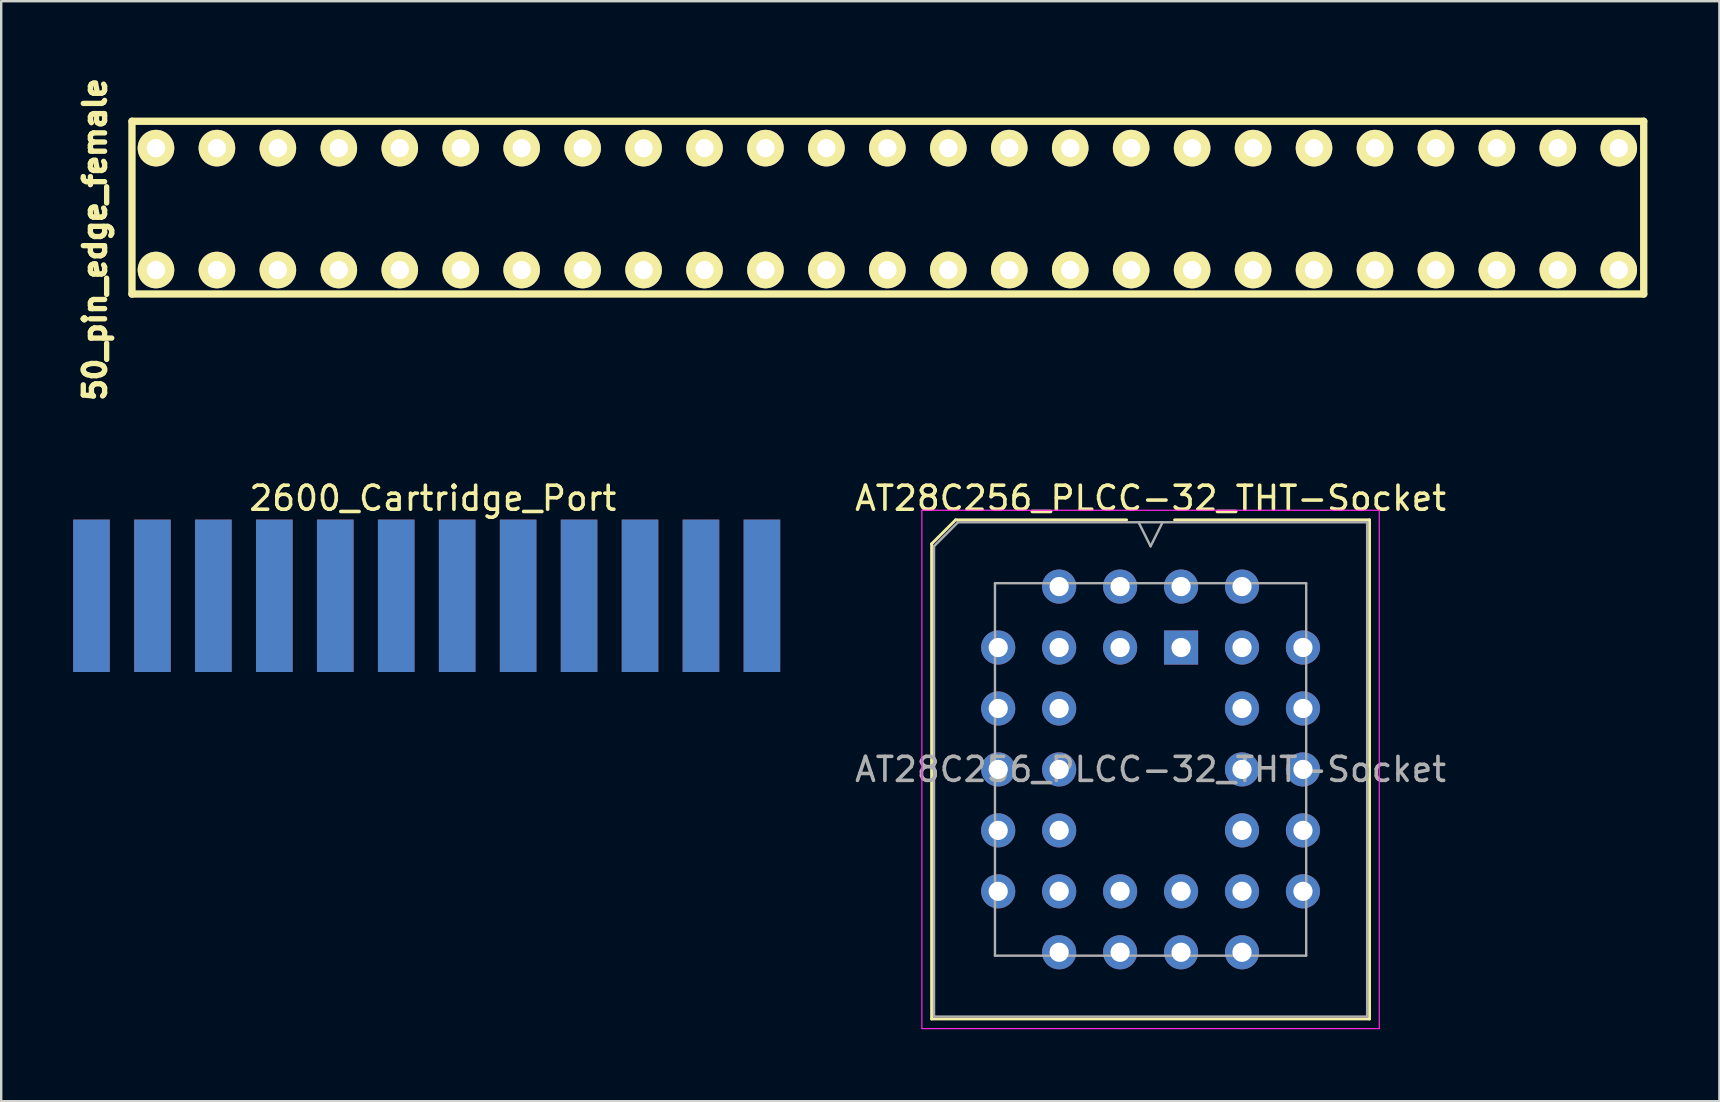
<source format=kicad_pcb>
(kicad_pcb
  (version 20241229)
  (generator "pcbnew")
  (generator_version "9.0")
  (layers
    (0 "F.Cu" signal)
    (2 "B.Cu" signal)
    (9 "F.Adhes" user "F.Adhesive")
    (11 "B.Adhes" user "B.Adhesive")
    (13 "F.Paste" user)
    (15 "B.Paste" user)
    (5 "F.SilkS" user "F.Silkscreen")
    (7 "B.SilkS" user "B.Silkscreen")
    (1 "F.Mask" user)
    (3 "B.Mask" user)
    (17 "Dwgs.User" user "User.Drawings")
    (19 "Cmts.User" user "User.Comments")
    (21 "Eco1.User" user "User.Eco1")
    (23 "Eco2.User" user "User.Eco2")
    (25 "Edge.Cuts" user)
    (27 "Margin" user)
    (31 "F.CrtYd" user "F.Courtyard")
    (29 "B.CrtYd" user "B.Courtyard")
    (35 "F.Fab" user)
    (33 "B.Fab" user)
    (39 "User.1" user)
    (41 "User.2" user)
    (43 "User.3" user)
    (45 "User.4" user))
  (footprint "AT28C256_PLCC-32_THT-Socket"
    (layer "F.Cu")
    (at 46.169 23.935)
    (property "Reference" "AT28C256_PLCC-32_THT-Socket" (at -1.27 -6.22 0) (layer "F.SilkS") (effects (font (size 1 1) (thickness 0.15))))
    (attr through_hole)
    (fp_line (start -10.395 -4.32) (end -10.395 15.48) (stroke (width 0.12) (type solid)) (layer "F.SilkS"))
    (fp_line (start -10.395 15.48) (end 7.855 15.48) (stroke (width 0.12) (type solid)) (layer "F.SilkS"))
    (fp_line (start -9.395 -5.32) (end -10.395 -4.32) (stroke (width 0.12) (type solid)) (layer "F.SilkS"))
    (fp_line (start -2.27 -5.32) (end -9.395 -5.32) (stroke (width 0.12) (type solid)) (layer "F.SilkS"))
    (fp_line (start 7.855 -5.32) (end -0.27 -5.32) (stroke (width 0.12) (type solid)) (layer "F.SilkS"))
    (fp_line (start 7.855 15.48) (end 7.855 -5.32) (stroke (width 0.12) (type solid)) (layer "F.SilkS"))
    (fp_line (start -10.8 -5.72) (end -10.8 15.88) (stroke (width 0.05) (type solid)) (layer "F.CrtYd"))
    (fp_line (start -10.8 15.88) (end 8.26 15.88) (stroke (width 0.05) (type solid)) (layer "F.CrtYd"))
    (fp_line (start 8.26 -5.72) (end -10.8 -5.72) (stroke (width 0.05) (type solid)) (layer "F.CrtYd"))
    (fp_line (start 8.26 15.88) (end 8.26 -5.72) (stroke (width 0.05) (type solid)) (layer "F.CrtYd"))
    (fp_line (start -10.295 -4.22) (end -10.295 15.38) (stroke (width 0.1) (type solid)) (layer "F.Fab"))
    (fp_line (start -10.295 15.38) (end 7.755 15.38) (stroke (width 0.1) (type solid)) (layer "F.Fab"))
    (fp_line (start -9.295 -5.22) (end -10.295 -4.22) (stroke (width 0.1) (type solid)) (layer "F.Fab"))
    (fp_line (start -7.755 -2.68) (end -7.755 12.84) (stroke (width 0.1) (type solid)) (layer "F.Fab"))
    (fp_line (start -7.755 12.84) (end 5.215 12.84) (stroke (width 0.1) (type solid)) (layer "F.Fab"))
    (fp_line (start -1.77 -5.22) (end -1.27 -4.22) (stroke (width 0.1) (type solid)) (layer "F.Fab"))
    (fp_line (start -1.27 -4.22) (end -0.77 -5.22) (stroke (width 0.1) (type solid)) (layer "F.Fab"))
    (fp_line (start 5.215 -2.68) (end -7.755 -2.68) (stroke (width 0.1) (type solid)) (layer "F.Fab"))
    (fp_line (start 5.215 12.84) (end 5.215 -2.68) (stroke (width 0.1) (type solid)) (layer "F.Fab"))
    (fp_line (start 7.755 -5.22) (end -9.295 -5.22) (stroke (width 0.1) (type solid)) (layer "F.Fab"))
    (fp_line (start 7.755 15.38) (end 7.755 -5.22) (stroke (width 0.1) (type solid)) (layer "F.Fab"))
    (fp_text user "${REFERENCE}" (at -1.27 5.08 0) (layer "F.Fab") (effects (font (size 1 1) (thickness 0.15))))
    (pad "1" thru_hole rect (at 0 0) (size 1.422 1.422) (drill 0.8) (layers "*.Cu" "*.Mask"))
    (pad "2" thru_hole circle (at -2.54 -2.54) (size 1.422 1.422) (drill 0.8) (layers "*.Cu" "*.Mask"))
    (pad "3" thru_hole circle (at -2.54 0) (size 1.422 1.422) (drill 0.8) (layers "*.Cu" "*.Mask"))
    (pad "4" thru_hole circle (at -5.08 -2.54) (size 1.422 1.422) (drill 0.8) (layers "*.Cu" "*.Mask"))
    (pad "5" thru_hole circle (at -7.62 0) (size 1.422 1.422) (drill 0.8) (layers "*.Cu" "*.Mask"))
    (pad "6" thru_hole circle (at -5.08 0) (size 1.422 1.422) (drill 0.8) (layers "*.Cu" "*.Mask"))
    (pad "7" thru_hole circle (at -7.62 2.54) (size 1.422 1.422) (drill 0.8) (layers "*.Cu" "*.Mask"))
    (pad "8" thru_hole circle (at -5.08 2.54) (size 1.422 1.422) (drill 0.8) (layers "*.Cu" "*.Mask"))
    (pad "9" thru_hole circle (at -7.62 5.08) (size 1.422 1.422) (drill 0.8) (layers "*.Cu" "*.Mask"))
    (pad "10" thru_hole circle (at -5.08 5.08) (size 1.422 1.422) (drill 0.8) (layers "*.Cu" "*.Mask"))
    (pad "11" thru_hole circle (at -7.62 7.62) (size 1.422 1.422) (drill 0.8) (layers "*.Cu" "*.Mask"))
    (pad "12" thru_hole circle (at -5.08 7.62) (size 1.422 1.422) (drill 0.8) (layers "*.Cu" "*.Mask"))
    (pad "13" thru_hole circle (at -7.62 10.16) (size 1.422 1.422) (drill 0.8) (layers "*.Cu" "*.Mask"))
    (pad "14" thru_hole circle (at -5.08 12.7) (size 1.422 1.422) (drill 0.8) (layers "*.Cu" "*.Mask"))
    (pad "15" thru_hole circle (at -5.08 10.16) (size 1.422 1.422) (drill 0.8) (layers "*.Cu" "*.Mask"))
    (pad "16" thru_hole circle (at -2.54 12.7) (size 1.422 1.422) (drill 0.8) (layers "*.Cu" "*.Mask"))
    (pad "17" thru_hole circle (at -2.54 10.16) (size 1.422 1.422) (drill 0.8) (layers "*.Cu" "*.Mask"))
    (pad "18" thru_hole circle (at 0 12.7) (size 1.422 1.422) (drill 0.8) (layers "*.Cu" "*.Mask"))
    (pad "19" thru_hole circle (at 0 10.16) (size 1.422 1.422) (drill 0.8) (layers "*.Cu" "*.Mask"))
    (pad "20" thru_hole circle (at 2.54 12.7) (size 1.422 1.422) (drill 0.8) (layers "*.Cu" "*.Mask"))
    (pad "21" thru_hole circle (at 5.08 10.16) (size 1.422 1.422) (drill 0.8) (layers "*.Cu" "*.Mask"))
    (pad "22" thru_hole circle (at 2.54 10.16) (size 1.422 1.422) (drill 0.8) (layers "*.Cu" "*.Mask"))
    (pad "23" thru_hole circle (at 5.08 7.62) (size 1.422 1.422) (drill 0.8) (layers "*.Cu" "*.Mask"))
    (pad "24" thru_hole circle (at 2.54 7.62) (size 1.422 1.422) (drill 0.8) (layers "*.Cu" "*.Mask"))
    (pad "25" thru_hole circle (at 5.08 5.08) (size 1.422 1.422) (drill 0.8) (layers "*.Cu" "*.Mask"))
    (pad "26" thru_hole circle (at 2.54 5.08) (size 1.422 1.422) (drill 0.8) (layers "*.Cu" "*.Mask"))
    (pad "27" thru_hole circle (at 5.08 2.54) (size 1.422 1.422) (drill 0.8) (layers "*.Cu" "*.Mask"))
    (pad "28" thru_hole circle (at 2.54 2.54) (size 1.422 1.422) (drill 0.8) (layers "*.Cu" "*.Mask"))
    (pad "29" thru_hole circle (at 5.08 0) (size 1.422 1.422) (drill 0.8) (layers "*.Cu" "*.Mask"))
    (pad "30" thru_hole circle (at 2.54 -2.54) (size 1.422 1.422) (drill 0.8) (layers "*.Cu" "*.Mask"))
    (pad "31" thru_hole circle (at 2.54 0) (size 1.422 1.422) (drill 0.8) (layers "*.Cu" "*.Mask"))
    (pad "32" thru_hole circle (at 0 -2.54) (size 1.422 1.422) (drill 0.8) (layers "*.Cu" "*.Mask")))
  (footprint "50_pin_edge_female"
    (layer "F.Cu")
    (at 3.45 8.203)
    (property "Reference" "50_pin_edge_female" (at -2.54 -1.27 270) (layer "F.SilkS") (effects (font (size 0.889 0.889) (thickness 0.305))))
    (attr through_hole)
    (fp_line (start -1 -6.2) (end -1 1) (stroke (width 0.305) (type solid)) (layer "F.SilkS"))
    (fp_line (start -1 1) (end 62 1) (stroke (width 0.305) (type solid)) (layer "F.SilkS"))
    (fp_line (start 62 -6.2) (end -1 -6.2) (stroke (width 0.305) (type solid)) (layer "F.SilkS"))
    (fp_line (start 62 1) (end 62 -6.2) (stroke (width 0.305) (type solid)) (layer "F.SilkS"))
    (pad "1" thru_hole circle (at 0 0) (size 1.524 1.524) (drill 0.762) (layers "*.Cu" "*.Mask" "F.SilkS"))
    (pad "2" thru_hole circle (at 0 -5.08 180) (size 1.524 1.524) (drill 0.762) (layers "*.Cu" "*.Mask" "F.SilkS"))
    (pad "3" thru_hole circle (at 2.54 0) (size 1.524 1.524) (drill 0.762) (layers "*.Cu" "*.Mask" "F.SilkS"))
    (pad "4" thru_hole circle (at 2.54 -5.08 180) (size 1.524 1.524) (drill 0.762) (layers "*.Cu" "*.Mask" "F.SilkS"))
    (pad "5" thru_hole circle (at 5.08 0) (size 1.524 1.524) (drill 0.762) (layers "*.Cu" "*.Mask" "F.SilkS"))
    (pad "6" thru_hole circle (at 5.08 -5.08 180) (size 1.524 1.524) (drill 0.762) (layers "*.Cu" "*.Mask" "F.SilkS"))
    (pad "7" thru_hole circle (at 7.62 0) (size 1.524 1.524) (drill 0.762) (layers "*.Cu" "*.Mask" "F.SilkS"))
    (pad "8" thru_hole circle (at 7.62 -5.08 180) (size 1.524 1.524) (drill 0.762) (layers "*.Cu" "*.Mask" "F.SilkS"))
    (pad "9" thru_hole circle (at 10.16 0) (size 1.524 1.524) (drill 0.762) (layers "*.Cu" "*.Mask" "F.SilkS"))
    (pad "10" thru_hole circle (at 10.16 -5.08 180) (size 1.524 1.524) (drill 0.762) (layers "*.Cu" "*.Mask" "F.SilkS"))
    (pad "11" thru_hole circle (at 12.7 0) (size 1.524 1.524) (drill 0.762) (layers "*.Cu" "*.Mask" "F.SilkS"))
    (pad "12" thru_hole circle (at 12.7 -5.08 180) (size 1.524 1.524) (drill 0.762) (layers "*.Cu" "*.Mask" "F.SilkS"))
    (pad "13" thru_hole circle (at 15.24 0) (size 1.524 1.524) (drill 0.762) (layers "*.Cu" "*.Mask" "F.SilkS"))
    (pad "14" thru_hole circle (at 15.24 -5.08 180) (size 1.524 1.524) (drill 0.762) (layers "*.Cu" "*.Mask" "F.SilkS"))
    (pad "15" thru_hole circle (at 17.78 0) (size 1.524 1.524) (drill 0.762) (layers "*.Cu" "*.Mask" "F.SilkS"))
    (pad "16" thru_hole circle (at 17.78 -5.08 180) (size 1.524 1.524) (drill 0.762) (layers "*.Cu" "*.Mask" "F.SilkS"))
    (pad "17" thru_hole circle (at 20.32 0) (size 1.524 1.524) (drill 0.762) (layers "*.Cu" "*.Mask" "F.SilkS"))
    (pad "18" thru_hole circle (at 20.32 -5.08 180) (size 1.524 1.524) (drill 0.762) (layers "*.Cu" "*.Mask" "F.SilkS"))
    (pad "19" thru_hole circle (at 22.86 0) (size 1.524 1.524) (drill 0.762) (layers "*.Cu" "*.Mask" "F.SilkS"))
    (pad "20" thru_hole circle (at 22.86 -5.08 180) (size 1.524 1.524) (drill 0.762) (layers "*.Cu" "*.Mask" "F.SilkS"))
    (pad "21" thru_hole circle (at 25.4 0) (size 1.524 1.524) (drill 0.762) (layers "*.Cu" "*.Mask" "F.SilkS"))
    (pad "22" thru_hole circle (at 25.4 -5.08 180) (size 1.524 1.524) (drill 0.762) (layers "*.Cu" "*.Mask" "F.SilkS"))
    (pad "23" thru_hole circle (at 27.94 0) (size 1.524 1.524) (drill 0.762) (layers "*.Cu" "*.Mask" "F.SilkS"))
    (pad "24" thru_hole circle (at 27.94 -5.08 180) (size 1.524 1.524) (drill 0.762) (layers "*.Cu" "*.Mask" "F.SilkS"))
    (pad "25" thru_hole circle (at 30.48 0) (size 1.524 1.524) (drill 0.762) (layers "*.Cu" "*.Mask" "F.SilkS"))
    (pad "26" thru_hole circle (at 30.48 -5.08 180) (size 1.524 1.524) (drill 0.762) (layers "*.Cu" "*.Mask" "F.SilkS"))
    (pad "27" thru_hole circle (at 33.02 0) (size 1.524 1.524) (drill 0.762) (layers "*.Cu" "*.Mask" "F.SilkS"))
    (pad "28" thru_hole circle (at 33.02 -5.08 180) (size 1.524 1.524) (drill 0.762) (layers "*.Cu" "*.Mask" "F.SilkS"))
    (pad "29" thru_hole circle (at 35.56 0) (size 1.524 1.524) (drill 0.762) (layers "*.Cu" "*.Mask" "F.SilkS"))
    (pad "30" thru_hole circle (at 35.56 -5.08 180) (size 1.524 1.524) (drill 0.762) (layers "*.Cu" "*.Mask" "F.SilkS"))
    (pad "31" thru_hole circle (at 38.1 0) (size 1.524 1.524) (drill 0.762) (layers "*.Cu" "*.Mask" "F.SilkS"))
    (pad "32" thru_hole circle (at 38.1 -5.08 180) (size 1.524 1.524) (drill 0.762) (layers "*.Cu" "*.Mask" "F.SilkS"))
    (pad "33" thru_hole circle (at 40.64 0) (size 1.524 1.524) (drill 0.762) (layers "*.Cu" "*.Mask" "F.SilkS"))
    (pad "34" thru_hole circle (at 40.64 -5.08 180) (size 1.524 1.524) (drill 0.762) (layers "*.Cu" "*.Mask" "F.SilkS"))
    (pad "35" thru_hole circle (at 43.18 0) (size 1.524 1.524) (drill 0.762) (layers "*.Cu" "*.Mask" "F.SilkS"))
    (pad "36" thru_hole circle (at 43.18 -5.08 180) (size 1.524 1.524) (drill 0.762) (layers "*.Cu" "*.Mask" "F.SilkS"))
    (pad "37" thru_hole circle (at 45.72 0) (size 1.524 1.524) (drill 0.762) (layers "*.Cu" "*.Mask" "F.SilkS"))
    (pad "38" thru_hole circle (at 45.72 -5.08 180) (size 1.524 1.524) (drill 0.762) (layers "*.Cu" "*.Mask" "F.SilkS"))
    (pad "39" thru_hole circle (at 48.26 0) (size 1.524 1.524) (drill 0.762) (layers "*.Cu" "*.Mask" "F.SilkS"))
    (pad "40" thru_hole circle (at 48.26 -5.08 180) (size 1.524 1.524) (drill 0.762) (layers "*.Cu" "*.Mask" "F.SilkS"))
    (pad "41" thru_hole circle (at 50.8 0) (size 1.524 1.524) (drill 0.762) (layers "*.Cu" "*.Mask" "F.SilkS"))
    (pad "42" thru_hole circle (at 50.8 -5.08 180) (size 1.524 1.524) (drill 0.762) (layers "*.Cu" "*.Mask" "F.SilkS"))
    (pad "43" thru_hole circle (at 53.34 0) (size 1.524 1.524) (drill 0.762) (layers "*.Cu" "*.Mask" "F.SilkS"))
    (pad "44" thru_hole circle (at 53.34 -5.08 180) (size 1.524 1.524) (drill 0.762) (layers "*.Cu" "*.Mask" "F.SilkS"))
    (pad "45" thru_hole circle (at 55.88 0) (size 1.524 1.524) (drill 0.762) (layers "*.Cu" "*.Mask" "F.SilkS"))
    (pad "46" thru_hole circle (at 55.88 -5.08 180) (size 1.524 1.524) (drill 0.762) (layers "*.Cu" "*.Mask" "F.SilkS"))
    (pad "47" thru_hole circle (at 58.42 0) (size 1.524 1.524) (drill 0.762) (layers "*.Cu" "*.Mask" "F.SilkS"))
    (pad "48" thru_hole circle (at 58.42 -5.08 180) (size 1.524 1.524) (drill 0.762) (layers "*.Cu" "*.Mask" "F.SilkS"))
    (pad "49" thru_hole circle (at 60.96 0) (size 1.524 1.524) (drill 0.762) (layers "*.Cu" "*.Mask" "F.SilkS"))
    (pad "50" thru_hole circle (at 60.96 -5.08 180) (size 1.524 1.524) (drill 0.762) (layers "*.Cu" "*.Mask" "F.SilkS")))
  (footprint "2600_Cartridge_Port"
    (layer "F.Cu")
    (at 0.254 18.731)
    (property "Reference" "2600_Cartridge_Port" (at 14.732 -1.016 0) (layer "F.SilkS") (effects (font (size 1 1) (thickness 0.15))))
    (attr through_hole)
    (pad "+5V" connect rect (at 25.908 3.048) (size 1.524 6.35) (layers "F.Cu" "F.Mask"))
    (pad "A0" connect rect (at 10.668 3.048) (size 1.524 6.35) (layers "B.Cu" "B.Mask"))
    (pad "A1" connect rect (at 13.208 3.048) (size 1.524 6.35) (layers "B.Cu" "B.Mask"))
    (pad "A2" connect rect (at 15.748 3.048) (size 1.524 6.35) (layers "B.Cu" "B.Mask"))
    (pad "A3" connect rect (at 18.288 3.048) (size 1.524 6.35) (layers "B.Cu" "B.Mask"))
    (pad "A4" connect rect (at 20.828 3.048) (size 1.524 6.35) (layers "B.Cu" "B.Mask"))
    (pad "A5" connect rect (at 23.368 3.048) (size 1.524 6.35) (layers "B.Cu" "B.Mask"))
    (pad "A6" connect rect (at 25.908 3.048) (size 1.524 6.35) (layers "B.Cu" "B.Mask"))
    (pad "A7" connect rect (at 28.448 3.048) (size 1.524 6.35) (layers "B.Cu" "B.Mask"))
    (pad "A8" connect rect (at 23.368 3.048) (size 1.524 6.35) (layers "F.Cu" "F.Mask"))
    (pad "A9" connect rect (at 20.828 3.048) (size 1.524 6.35) (layers "F.Cu" "F.Mask"))
    (pad "A10" connect rect (at 15.748 3.048) (size 1.524 6.35) (layers "F.Cu" "F.Mask"))
    (pad "A11" connect rect (at 18.288 3.048) (size 1.524 6.35) (layers "F.Cu" "F.Mask"))
    (pad "A12" connect rect (at 13.208 3.048) (size 1.524 6.35) (layers "F.Cu" "F.Mask"))
    (pad "D0" connect rect (at 8.128 3.048) (size 1.524 6.35) (layers "B.Cu" "B.Mask"))
    (pad "D1" connect rect (at 5.588 3.048) (size 1.524 6.35) (layers "B.Cu" "B.Mask"))
    (pad "D2" connect rect (at 3.048 3.048) (size 1.524 6.35) (layers "B.Cu" "B.Mask"))
    (pad "D3" connect rect (at 0.508 3.048) (size 1.524 6.35) (layers "F.Cu" "F.Mask"))
    (pad "D4" connect rect (at 3.048 3.048) (size 1.524 6.35) (layers "F.Cu" "F.Mask"))
    (pad "D5" connect rect (at 5.588 3.048) (size 1.524 6.35) (layers "F.Cu" "F.Mask"))
    (pad "D6" connect rect (at 8.128 3.048) (size 1.524 6.35) (layers "F.Cu" "F.Mask"))
    (pad "D7" connect rect (at 10.668 3.048) (size 1.524 6.35) (layers "F.Cu" "F.Mask"))
    (pad "GND" connect rect (at 0.508 3.048) (size 1.524 6.35) (layers "B.Cu" "B.Mask"))
    (pad "SGND" connect rect (at 28.448 3.048) (size 1.524 6.35) (layers "F.Cu" "F.Mask")))
  (gr_rect
    (start -3 -3)
    (end 68.603 42.84)
    (stroke (width 0.1) (type default))
    (fill no)
    (layer "Edge.Cuts")))
</source>
